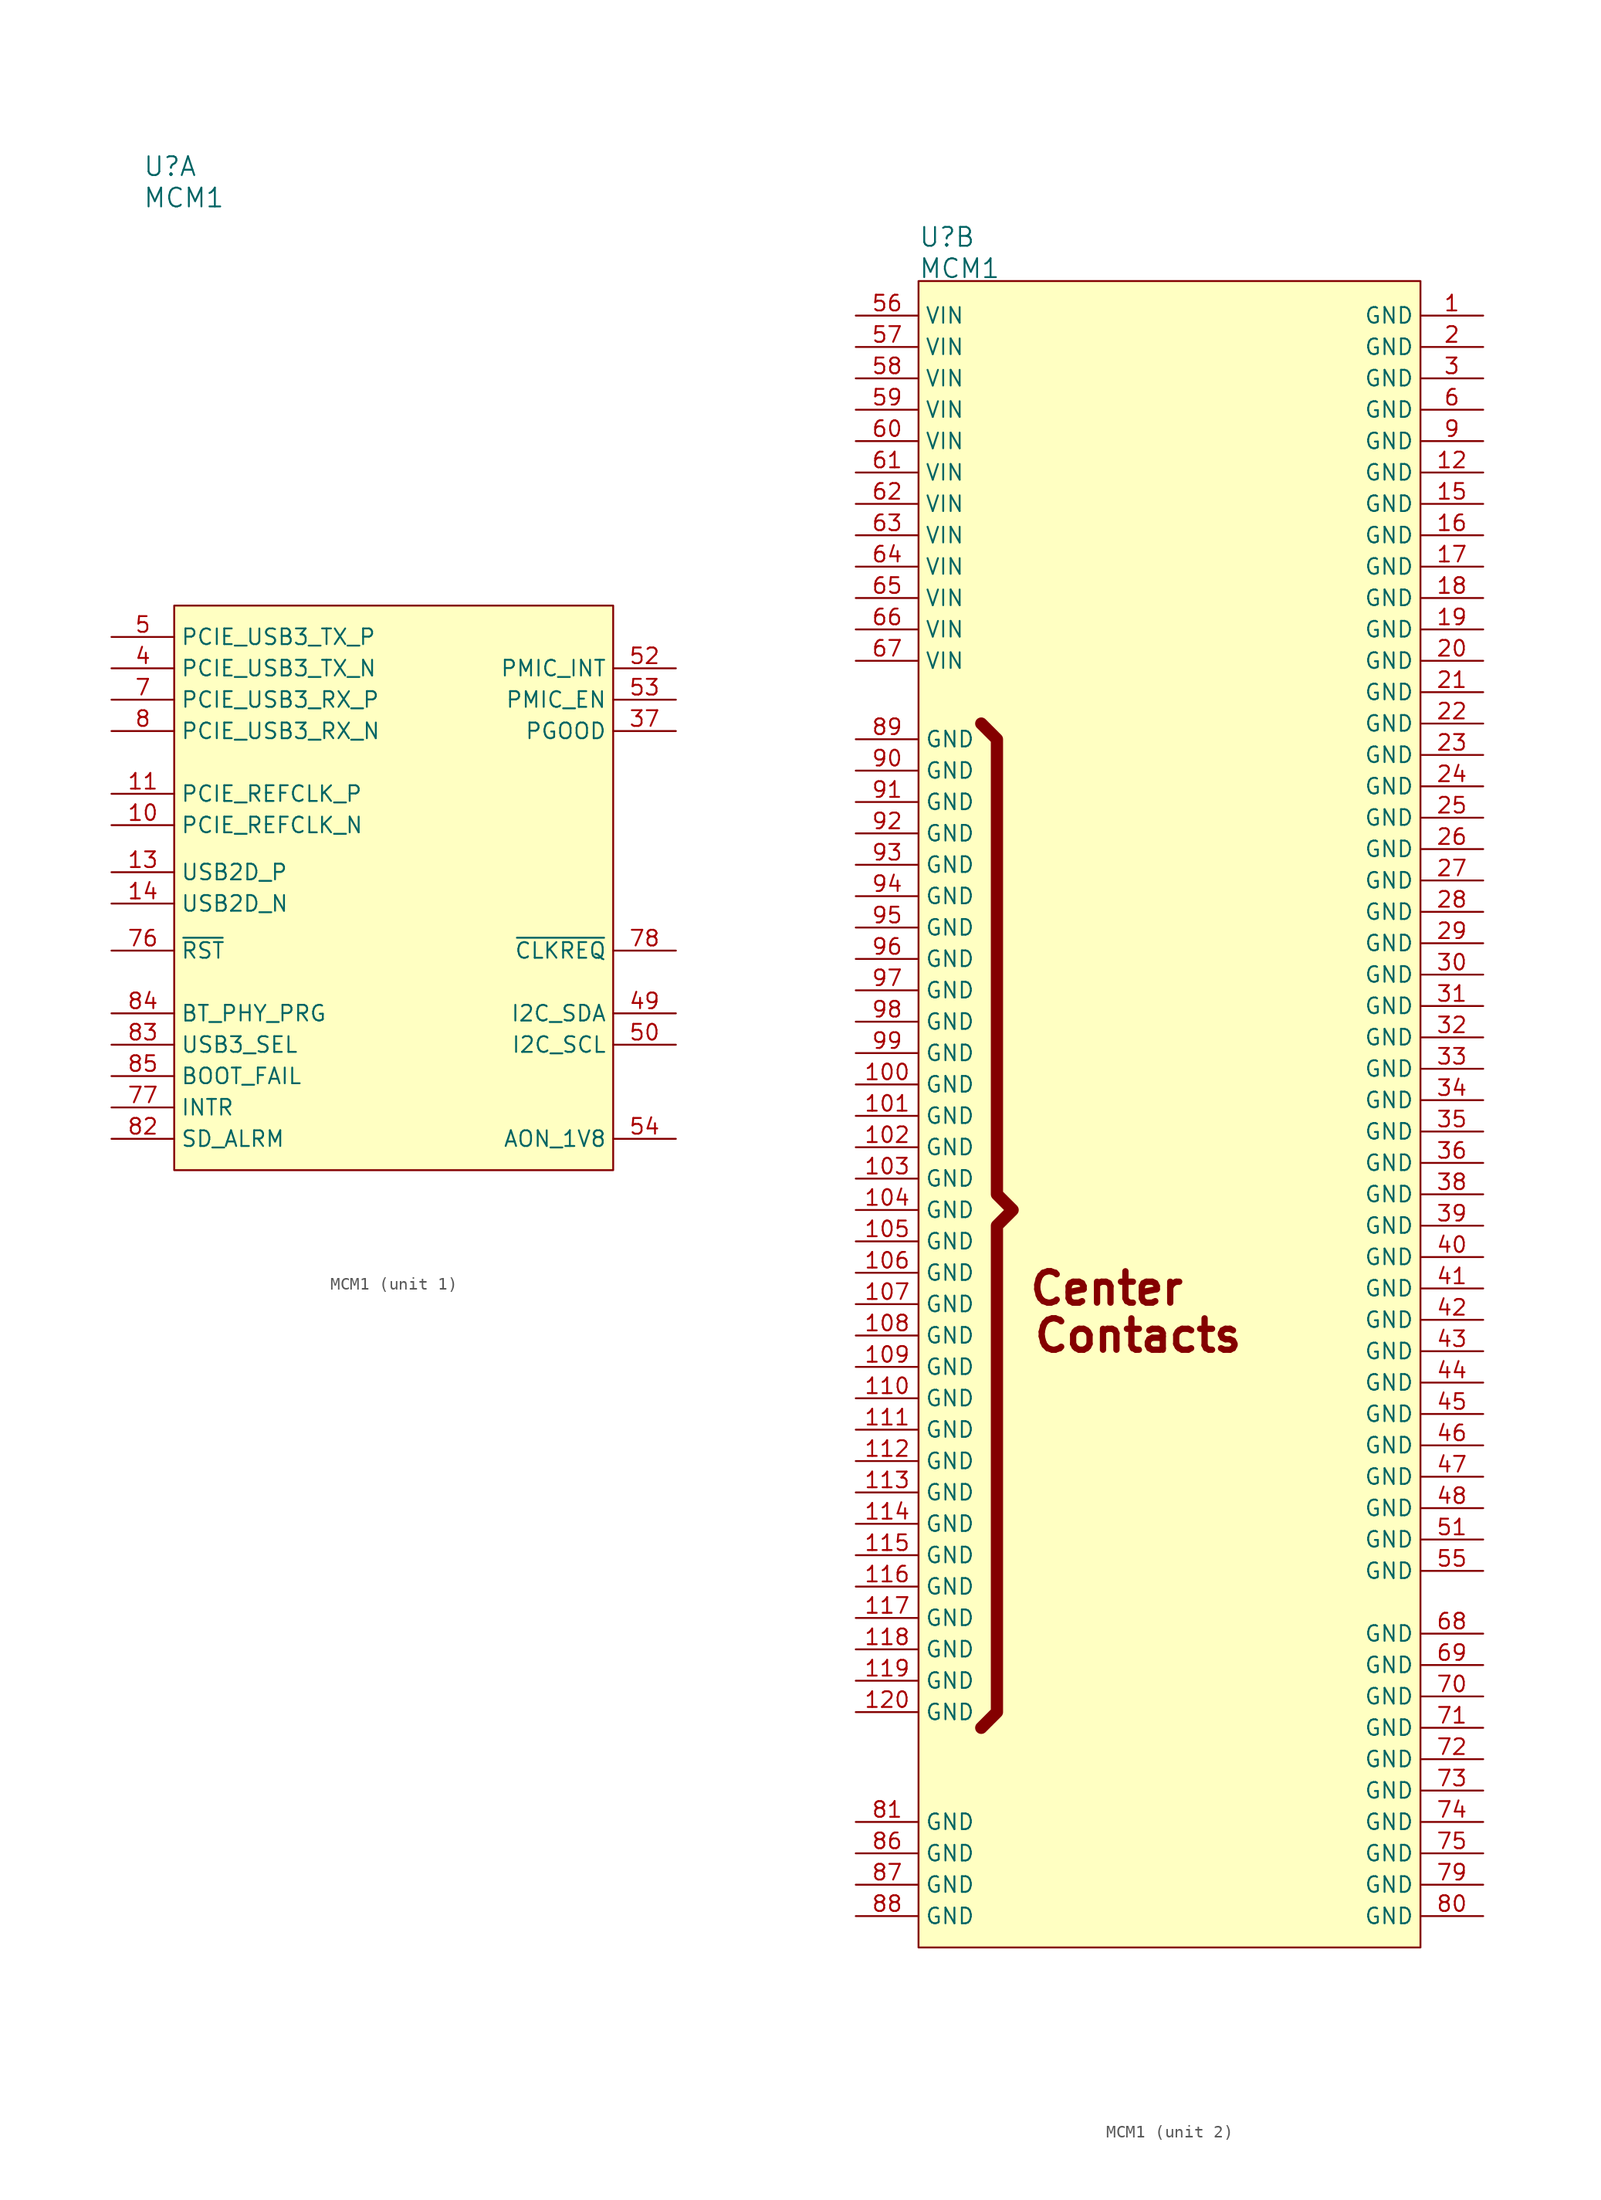
<source format=kicad_sym>
(kicad_symbol_lib
  (version 20220102)
  (generator kicad_symbol_editor)
  (symbol "MCM1"
    (property "Reference" "U"
      (at -20.32 58.42 0)
      (effects (font (size 1.524 1.524)) (justify left)))
    (property "Value" "MCM1"
      (at -20.32 55.88 0)
      (effects (font (size 1.524 1.524)) (justify left)))
    (property "ki_locked" ""
      (at 0 0 0)
      (effects (font (size 1.27 1.27))))
    (symbol "MCM1_1_1"
      (rectangle (start -17.78 22.86) (end 17.78 -22.86) (stroke (width 0) (type default)) (fill (type background)))
      (pin input line (at -22.86 5.08 0) (length 5.08) (name "PCIE_REFCLK_N" (effects (font (size 1.27 1.27)))) (number "10" (effects (font (size 1.27 1.27)))))
      (pin input line (at -22.86 7.62 0) (length 5.08) (name "PCIE_REFCLK_P" (effects (font (size 1.27 1.27)))) (number "11" (effects (font (size 1.27 1.27)))))
      (pin bidirectional line (at -22.86 1.27 0) (length 5.08) (name "USB2D_P" (effects (font (size 1.27 1.27)))) (number "13" (effects (font (size 1.27 1.27)))))
      (pin bidirectional line (at -22.86 -1.27 0) (length 5.08) (name "USB2D_N" (effects (font (size 1.27 1.27)))) (number "14" (effects (font (size 1.27 1.27)))))
      (pin output line (at 22.86 12.7 180) (length 5.08) (name "PGOOD" (effects (font (size 1.27 1.27)))) (number "37" (effects (font (size 1.27 1.27)))))
      (pin output line (at -22.86 17.78 0) (length 5.08) (name "PCIE_USB3_TX_N" (effects (font (size 1.27 1.27)))) (number "4" (effects (font (size 1.27 1.27)))))
      (pin bidirectional line (at 22.86 -10.16 180) (length 5.08) (name "I2C_SDA" (effects (font (size 1.27 1.27)))) (number "49" (effects (font (size 1.27 1.27)))))
      (pin output line (at -22.86 20.32 0) (length 5.08) (name "PCIE_USB3_TX_P" (effects (font (size 1.27 1.27)))) (number "5" (effects (font (size 1.27 1.27)))))
      (pin input line (at 22.86 -12.7 180) (length 5.08) (name "I2C_SCL" (effects (font (size 1.27 1.27)))) (number "50" (effects (font (size 1.27 1.27)))))
      (pin output line (at 22.86 17.78 180) (length 5.08) (name "PMIC_INT" (effects (font (size 1.27 1.27)))) (number "52" (effects (font (size 1.27 1.27)))))
      (pin input line (at 22.86 15.24 180) (length 5.08) (name "PMIC_EN" (effects (font (size 1.27 1.27)))) (number "53" (effects (font (size 1.27 1.27)))))
      (pin input line (at 22.86 -20.32 180) (length 5.08) (name "AON_1V8" (effects (font (size 1.27 1.27)))) (number "54" (effects (font (size 1.27 1.27)))))
      (pin input line (at -22.86 15.24 0) (length 5.08) (name "PCIE_USB3_RX_P" (effects (font (size 1.27 1.27)))) (number "7" (effects (font (size 1.27 1.27)))))
      (pin input line (at -22.86 -5.08 0) (length 5.08) (name "~{RST}" (effects (font (size 1.27 1.27)))) (number "76" (effects (font (size 1.27 1.27)))))
      (pin input line (at -22.86 -17.78 0) (length 5.08) (name "INTR" (effects (font (size 1.27 1.27)))) (number "77" (effects (font (size 1.27 1.27)))))
      (pin input line (at 22.86 -5.08 180) (length 5.08) (name "~{CLKREQ}" (effects (font (size 1.27 1.27)))) (number "78" (effects (font (size 1.27 1.27)))))
      (pin output line (at -22.86 12.7 0) (length 5.08) (name "PCIE_USB3_RX_N" (effects (font (size 1.27 1.27)))) (number "8" (effects (font (size 1.27 1.27)))))
      (pin input line (at -22.86 -20.32 0) (length 5.08) (name "SD_ALRM" (effects (font (size 1.27 1.27)))) (number "82" (effects (font (size 1.27 1.27)))))
      (pin input line (at -22.86 -12.7 0) (length 5.08) (name "USB3_SEL" (effects (font (size 1.27 1.27)))) (number "83" (effects (font (size 1.27 1.27)))))
      (pin input line (at -22.86 -10.16 0) (length 5.08) (name "BT_PHY_PRG" (effects (font (size 1.27 1.27)))) (number "84" (effects (font (size 1.27 1.27)))))
      (pin output line (at -22.86 -15.24 0) (length 5.08) (name "BOOT_FAIL" (effects (font (size 1.27 1.27)))) (number "85" (effects (font (size 1.27 1.27))))))
    (symbol "MCM1_2_0"
      (text "Center" (at -5.08 -26.67 0) (effects (font (size 2.54 2.54) bold)))
      (text "Contacts" (at -2.54 -30.48 0) (effects (font (size 2.54 2.54) bold))))
    (symbol "MCM1_2_1"
      (rectangle (start -20.32 54.864) (end 20.32 -80.01) (stroke (width 0) (type default)) (fill (type background)))
      (polyline (pts (xy -15.24 19.05) (xy -13.97 17.78) (xy -13.97 -19.05) (xy -12.7 -20.32) (xy -13.97 -21.59) (xy -13.97 -60.96) (xy -15.24 -62.23)) (stroke (width 0.991) (type default)) (fill (type none)))
      (pin power_in line (at 25.4 52.07 180) (length 5.08) (name "GND" (effects (font (size 1.27 1.27)))) (number "1" (effects (font (size 1.27 1.27)))))
      (pin power_in line (at -25.4 -10.16 0) (length 5.08) (name "GND" (effects (font (size 1.27 1.27)))) (number "100" (effects (font (size 1.27 1.27)))))
      (pin power_in line (at -25.4 -12.7 0) (length 5.08) (name "GND" (effects (font (size 1.27 1.27)))) (number "101" (effects (font (size 1.27 1.27)))))
      (pin power_in line (at -25.4 -15.24 0) (length 5.08) (name "GND" (effects (font (size 1.27 1.27)))) (number "102" (effects (font (size 1.27 1.27)))))
      (pin power_in line (at -25.4 -17.78 0) (length 5.08) (name "GND" (effects (font (size 1.27 1.27)))) (number "103" (effects (font (size 1.27 1.27)))))
      (pin power_in line (at -25.4 -20.32 0) (length 5.08) (name "GND" (effects (font (size 1.27 1.27)))) (number "104" (effects (font (size 1.27 1.27)))))
      (pin power_in line (at -25.4 -22.86 0) (length 5.08) (name "GND" (effects (font (size 1.27 1.27)))) (number "105" (effects (font (size 1.27 1.27)))))
      (pin power_in line (at -25.4 -25.4 0) (length 5.08) (name "GND" (effects (font (size 1.27 1.27)))) (number "106" (effects (font (size 1.27 1.27)))))
      (pin power_in line (at -25.4 -27.94 0) (length 5.08) (name "GND" (effects (font (size 1.27 1.27)))) (number "107" (effects (font (size 1.27 1.27)))))
      (pin power_in line (at -25.4 -30.48 0) (length 5.08) (name "GND" (effects (font (size 1.27 1.27)))) (number "108" (effects (font (size 1.27 1.27)))))
      (pin power_in line (at -25.4 -33.02 0) (length 5.08) (name "GND" (effects (font (size 1.27 1.27)))) (number "109" (effects (font (size 1.27 1.27)))))
      (pin power_in line (at -25.4 -35.56 0) (length 5.08) (name "GND" (effects (font (size 1.27 1.27)))) (number "110" (effects (font (size 1.27 1.27)))))
      (pin power_in line (at -25.4 -38.1 0) (length 5.08) (name "GND" (effects (font (size 1.27 1.27)))) (number "111" (effects (font (size 1.27 1.27)))))
      (pin power_in line (at -25.4 -40.64 0) (length 5.08) (name "GND" (effects (font (size 1.27 1.27)))) (number "112" (effects (font (size 1.27 1.27)))))
      (pin power_in line (at -25.4 -43.18 0) (length 5.08) (name "GND" (effects (font (size 1.27 1.27)))) (number "113" (effects (font (size 1.27 1.27)))))
      (pin power_in line (at -25.4 -45.72 0) (length 5.08) (name "GND" (effects (font (size 1.27 1.27)))) (number "114" (effects (font (size 1.27 1.27)))))
      (pin power_in line (at -25.4 -48.26 0) (length 5.08) (name "GND" (effects (font (size 1.27 1.27)))) (number "115" (effects (font (size 1.27 1.27)))))
      (pin power_in line (at -25.4 -50.8 0) (length 5.08) (name "GND" (effects (font (size 1.27 1.27)))) (number "116" (effects (font (size 1.27 1.27)))))
      (pin power_in line (at -25.4 -53.34 0) (length 5.08) (name "GND" (effects (font (size 1.27 1.27)))) (number "117" (effects (font (size 1.27 1.27)))))
      (pin power_in line (at -25.4 -55.88 0) (length 5.08) (name "GND" (effects (font (size 1.27 1.27)))) (number "118" (effects (font (size 1.27 1.27)))))
      (pin power_in line (at -25.4 -58.42 0) (length 5.08) (name "GND" (effects (font (size 1.27 1.27)))) (number "119" (effects (font (size 1.27 1.27)))))
      (pin power_in line (at 25.4 39.37 180) (length 5.08) (name "GND" (effects (font (size 1.27 1.27)))) (number "12" (effects (font (size 1.27 1.27)))))
      (pin power_in line (at -25.4 -60.96 0) (length 5.08) (name "GND" (effects (font (size 1.27 1.27)))) (number "120" (effects (font (size 1.27 1.27)))))
      (pin power_in line (at 25.4 36.83 180) (length 5.08) (name "GND" (effects (font (size 1.27 1.27)))) (number "15" (effects (font (size 1.27 1.27)))))
      (pin power_in line (at 25.4 34.29 180) (length 5.08) (name "GND" (effects (font (size 1.27 1.27)))) (number "16" (effects (font (size 1.27 1.27)))))
      (pin power_in line (at 25.4 31.75 180) (length 5.08) (name "GND" (effects (font (size 1.27 1.27)))) (number "17" (effects (font (size 1.27 1.27)))))
      (pin power_in line (at 25.4 29.21 180) (length 5.08) (name "GND" (effects (font (size 1.27 1.27)))) (number "18" (effects (font (size 1.27 1.27)))))
      (pin power_in line (at 25.4 26.67 180) (length 5.08) (name "GND" (effects (font (size 1.27 1.27)))) (number "19" (effects (font (size 1.27 1.27)))))
      (pin power_in line (at 25.4 49.53 180) (length 5.08) (name "GND" (effects (font (size 1.27 1.27)))) (number "2" (effects (font (size 1.27 1.27)))))
      (pin power_in line (at 25.4 24.13 180) (length 5.08) (name "GND" (effects (font (size 1.27 1.27)))) (number "20" (effects (font (size 1.27 1.27)))))
      (pin power_in line (at 25.4 21.59 180) (length 5.08) (name "GND" (effects (font (size 1.27 1.27)))) (number "21" (effects (font (size 1.27 1.27)))))
      (pin power_in line (at 25.4 19.05 180) (length 5.08) (name "GND" (effects (font (size 1.27 1.27)))) (number "22" (effects (font (size 1.27 1.27)))))
      (pin power_in line (at 25.4 16.51 180) (length 5.08) (name "GND" (effects (font (size 1.27 1.27)))) (number "23" (effects (font (size 1.27 1.27)))))
      (pin power_in line (at 25.4 13.97 180) (length 5.08) (name "GND" (effects (font (size 1.27 1.27)))) (number "24" (effects (font (size 1.27 1.27)))))
      (pin power_in line (at 25.4 11.43 180) (length 5.08) (name "GND" (effects (font (size 1.27 1.27)))) (number "25" (effects (font (size 1.27 1.27)))))
      (pin power_in line (at 25.4 8.89 180) (length 5.08) (name "GND" (effects (font (size 1.27 1.27)))) (number "26" (effects (font (size 1.27 1.27)))))
      (pin power_in line (at 25.4 6.35 180) (length 5.08) (name "GND" (effects (font (size 1.27 1.27)))) (number "27" (effects (font (size 1.27 1.27)))))
      (pin power_in line (at 25.4 3.81 180) (length 5.08) (name "GND" (effects (font (size 1.27 1.27)))) (number "28" (effects (font (size 1.27 1.27)))))
      (pin power_in line (at 25.4 1.27 180) (length 5.08) (name "GND" (effects (font (size 1.27 1.27)))) (number "29" (effects (font (size 1.27 1.27)))))
      (pin power_in line (at 25.4 46.99 180) (length 5.08) (name "GND" (effects (font (size 1.27 1.27)))) (number "3" (effects (font (size 1.27 1.27)))))
      (pin power_in line (at 25.4 -1.27 180) (length 5.08) (name "GND" (effects (font (size 1.27 1.27)))) (number "30" (effects (font (size 1.27 1.27)))))
      (pin power_in line (at 25.4 -3.81 180) (length 5.08) (name "GND" (effects (font (size 1.27 1.27)))) (number "31" (effects (font (size 1.27 1.27)))))
      (pin power_in line (at 25.4 -6.35 180) (length 5.08) (name "GND" (effects (font (size 1.27 1.27)))) (number "32" (effects (font (size 1.27 1.27)))))
      (pin power_in line (at 25.4 -8.89 180) (length 5.08) (name "GND" (effects (font (size 1.27 1.27)))) (number "33" (effects (font (size 1.27 1.27)))))
      (pin power_in line (at 25.4 -11.43 180) (length 5.08) (name "GND" (effects (font (size 1.27 1.27)))) (number "34" (effects (font (size 1.27 1.27)))))
      (pin power_in line (at 25.4 -13.97 180) (length 5.08) (name "GND" (effects (font (size 1.27 1.27)))) (number "35" (effects (font (size 1.27 1.27)))))
      (pin power_in line (at 25.4 -16.51 180) (length 5.08) (name "GND" (effects (font (size 1.27 1.27)))) (number "36" (effects (font (size 1.27 1.27)))))
      (pin power_in line (at 25.4 -19.05 180) (length 5.08) (name "GND" (effects (font (size 1.27 1.27)))) (number "38" (effects (font (size 1.27 1.27)))))
      (pin power_in line (at 25.4 -21.59 180) (length 5.08) (name "GND" (effects (font (size 1.27 1.27)))) (number "39" (effects (font (size 1.27 1.27)))))
      (pin power_in line (at 25.4 -24.13 180) (length 5.08) (name "GND" (effects (font (size 1.27 1.27)))) (number "40" (effects (font (size 1.27 1.27)))))
      (pin power_in line (at 25.4 -26.67 180) (length 5.08) (name "GND" (effects (font (size 1.27 1.27)))) (number "41" (effects (font (size 1.27 1.27)))))
      (pin power_in line (at 25.4 -29.21 180) (length 5.08) (name "GND" (effects (font (size 1.27 1.27)))) (number "42" (effects (font (size 1.27 1.27)))))
      (pin power_in line (at 25.4 -31.75 180) (length 5.08) (name "GND" (effects (font (size 1.27 1.27)))) (number "43" (effects (font (size 1.27 1.27)))))
      (pin power_in line (at 25.4 -34.29 180) (length 5.08) (name "GND" (effects (font (size 1.27 1.27)))) (number "44" (effects (font (size 1.27 1.27)))))
      (pin power_in line (at 25.4 -36.83 180) (length 5.08) (name "GND" (effects (font (size 1.27 1.27)))) (number "45" (effects (font (size 1.27 1.27)))))
      (pin power_in line (at 25.4 -39.37 180) (length 5.08) (name "GND" (effects (font (size 1.27 1.27)))) (number "46" (effects (font (size 1.27 1.27)))))
      (pin power_in line (at 25.4 -41.91 180) (length 5.08) (name "GND" (effects (font (size 1.27 1.27)))) (number "47" (effects (font (size 1.27 1.27)))))
      (pin power_in line (at 25.4 -44.45 180) (length 5.08) (name "GND" (effects (font (size 1.27 1.27)))) (number "48" (effects (font (size 1.27 1.27)))))
      (pin power_in line (at 25.4 -46.99 180) (length 5.08) (name "GND" (effects (font (size 1.27 1.27)))) (number "51" (effects (font (size 1.27 1.27)))))
      (pin power_in line (at 25.4 -49.53 180) (length 5.08) (name "GND" (effects (font (size 1.27 1.27)))) (number "55" (effects (font (size 1.27 1.27)))))
      (pin power_in line (at -25.4 52.07 0) (length 5.08) (name "VIN" (effects (font (size 1.27 1.27)))) (number "56" (effects (font (size 1.27 1.27)))))
      (pin power_in line (at -25.4 49.53 0) (length 5.08) (name "VIN" (effects (font (size 1.27 1.27)))) (number "57" (effects (font (size 1.27 1.27)))))
      (pin power_in line (at -25.4 46.99 0) (length 5.08) (name "VIN" (effects (font (size 1.27 1.27)))) (number "58" (effects (font (size 1.27 1.27)))))
      (pin power_in line (at -25.4 44.45 0) (length 5.08) (name "VIN" (effects (font (size 1.27 1.27)))) (number "59" (effects (font (size 1.27 1.27)))))
      (pin power_in line (at 25.4 44.45 180) (length 5.08) (name "GND" (effects (font (size 1.27 1.27)))) (number "6" (effects (font (size 1.27 1.27)))))
      (pin power_in line (at -25.4 41.91 0) (length 5.08) (name "VIN" (effects (font (size 1.27 1.27)))) (number "60" (effects (font (size 1.27 1.27)))))
      (pin power_in line (at -25.4 39.37 0) (length 5.08) (name "VIN" (effects (font (size 1.27 1.27)))) (number "61" (effects (font (size 1.27 1.27)))))
      (pin power_in line (at -25.4 36.83 0) (length 5.08) (name "VIN" (effects (font (size 1.27 1.27)))) (number "62" (effects (font (size 1.27 1.27)))))
      (pin power_in line (at -25.4 34.29 0) (length 5.08) (name "VIN" (effects (font (size 1.27 1.27)))) (number "63" (effects (font (size 1.27 1.27)))))
      (pin power_in line (at -25.4 31.75 0) (length 5.08) (name "VIN" (effects (font (size 1.27 1.27)))) (number "64" (effects (font (size 1.27 1.27)))))
      (pin power_in line (at -25.4 29.21 0) (length 5.08) (name "VIN" (effects (font (size 1.27 1.27)))) (number "65" (effects (font (size 1.27 1.27)))))
      (pin power_in line (at -25.4 26.67 0) (length 5.08) (name "VIN" (effects (font (size 1.27 1.27)))) (number "66" (effects (font (size 1.27 1.27)))))
      (pin power_in line (at -25.4 24.13 0) (length 5.08) (name "VIN" (effects (font (size 1.27 1.27)))) (number "67" (effects (font (size 1.27 1.27)))))
      (pin power_in line (at 25.4 -54.61 180) (length 5.08) (name "GND" (effects (font (size 1.27 1.27)))) (number "68" (effects (font (size 1.27 1.27)))))
      (pin power_in line (at 25.4 -57.15 180) (length 5.08) (name "GND" (effects (font (size 1.27 1.27)))) (number "69" (effects (font (size 1.27 1.27)))))
      (pin power_in line (at 25.4 -59.69 180) (length 5.08) (name "GND" (effects (font (size 1.27 1.27)))) (number "70" (effects (font (size 1.27 1.27)))))
      (pin power_in line (at 25.4 -62.23 180) (length 5.08) (name "GND" (effects (font (size 1.27 1.27)))) (number "71" (effects (font (size 1.27 1.27)))))
      (pin power_in line (at 25.4 -64.77 180) (length 5.08) (name "GND" (effects (font (size 1.27 1.27)))) (number "72" (effects (font (size 1.27 1.27)))))
      (pin power_in line (at 25.4 -67.31 180) (length 5.08) (name "GND" (effects (font (size 1.27 1.27)))) (number "73" (effects (font (size 1.27 1.27)))))
      (pin power_in line (at 25.4 -69.85 180) (length 5.08) (name "GND" (effects (font (size 1.27 1.27)))) (number "74" (effects (font (size 1.27 1.27)))))
      (pin power_in line (at 25.4 -72.39 180) (length 5.08) (name "GND" (effects (font (size 1.27 1.27)))) (number "75" (effects (font (size 1.27 1.27)))))
      (pin power_in line (at 25.4 -74.93 180) (length 5.08) (name "GND" (effects (font (size 1.27 1.27)))) (number "79" (effects (font (size 1.27 1.27)))))
      (pin power_in line (at 25.4 -77.47 180) (length 5.08) (name "GND" (effects (font (size 1.27 1.27)))) (number "80" (effects (font (size 1.27 1.27)))))
      (pin power_in line (at -25.4 -69.85 0) (length 5.08) (name "GND" (effects (font (size 1.27 1.27)))) (number "81" (effects (font (size 1.27 1.27)))))
      (pin power_in line (at -25.4 -72.39 0) (length 5.08) (name "GND" (effects (font (size 1.27 1.27)))) (number "86" (effects (font (size 1.27 1.27)))))
      (pin power_in line (at -25.4 -74.93 0) (length 5.08) (name "GND" (effects (font (size 1.27 1.27)))) (number "87" (effects (font (size 1.27 1.27)))))
      (pin power_in line (at -25.4 -77.47 0) (length 5.08) (name "GND" (effects (font (size 1.27 1.27)))) (number "88" (effects (font (size 1.27 1.27)))))
      (pin power_in line (at -25.4 17.78 0) (length 5.08) (name "GND" (effects (font (size 1.27 1.27)))) (number "89" (effects (font (size 1.27 1.27)))))
      (pin power_in line (at 25.4 41.91 180) (length 5.08) (name "GND" (effects (font (size 1.27 1.27)))) (number "9" (effects (font (size 1.27 1.27)))))
      (pin power_in line (at -25.4 15.24 0) (length 5.08) (name "GND" (effects (font (size 1.27 1.27)))) (number "90" (effects (font (size 1.27 1.27)))))
      (pin power_in line (at -25.4 12.7 0) (length 5.08) (name "GND" (effects (font (size 1.27 1.27)))) (number "91" (effects (font (size 1.27 1.27)))))
      (pin power_in line (at -25.4 10.16 0) (length 5.08) (name "GND" (effects (font (size 1.27 1.27)))) (number "92" (effects (font (size 1.27 1.27)))))
      (pin power_in line (at -25.4 7.62 0) (length 5.08) (name "GND" (effects (font (size 1.27 1.27)))) (number "93" (effects (font (size 1.27 1.27)))))
      (pin power_in line (at -25.4 5.08 0) (length 5.08) (name "GND" (effects (font (size 1.27 1.27)))) (number "94" (effects (font (size 1.27 1.27)))))
      (pin power_in line (at -25.4 2.54 0) (length 5.08) (name "GND" (effects (font (size 1.27 1.27)))) (number "95" (effects (font (size 1.27 1.27)))))
      (pin power_in line (at -25.4 0 0) (length 5.08) (name "GND" (effects (font (size 1.27 1.27)))) (number "96" (effects (font (size 1.27 1.27)))))
      (pin power_in line (at -25.4 -2.54 0) (length 5.08) (name "GND" (effects (font (size 1.27 1.27)))) (number "97" (effects (font (size 1.27 1.27)))))
      (pin power_in line (at -25.4 -5.08 0) (length 5.08) (name "GND" (effects (font (size 1.27 1.27)))) (number "98" (effects (font (size 1.27 1.27)))))
      (pin power_in line (at -25.4 -7.62 0) (length 5.08) (name "GND" (effects (font (size 1.27 1.27)))) (number "99" (effects (font (size 1.27 1.27))))))))
</source>
